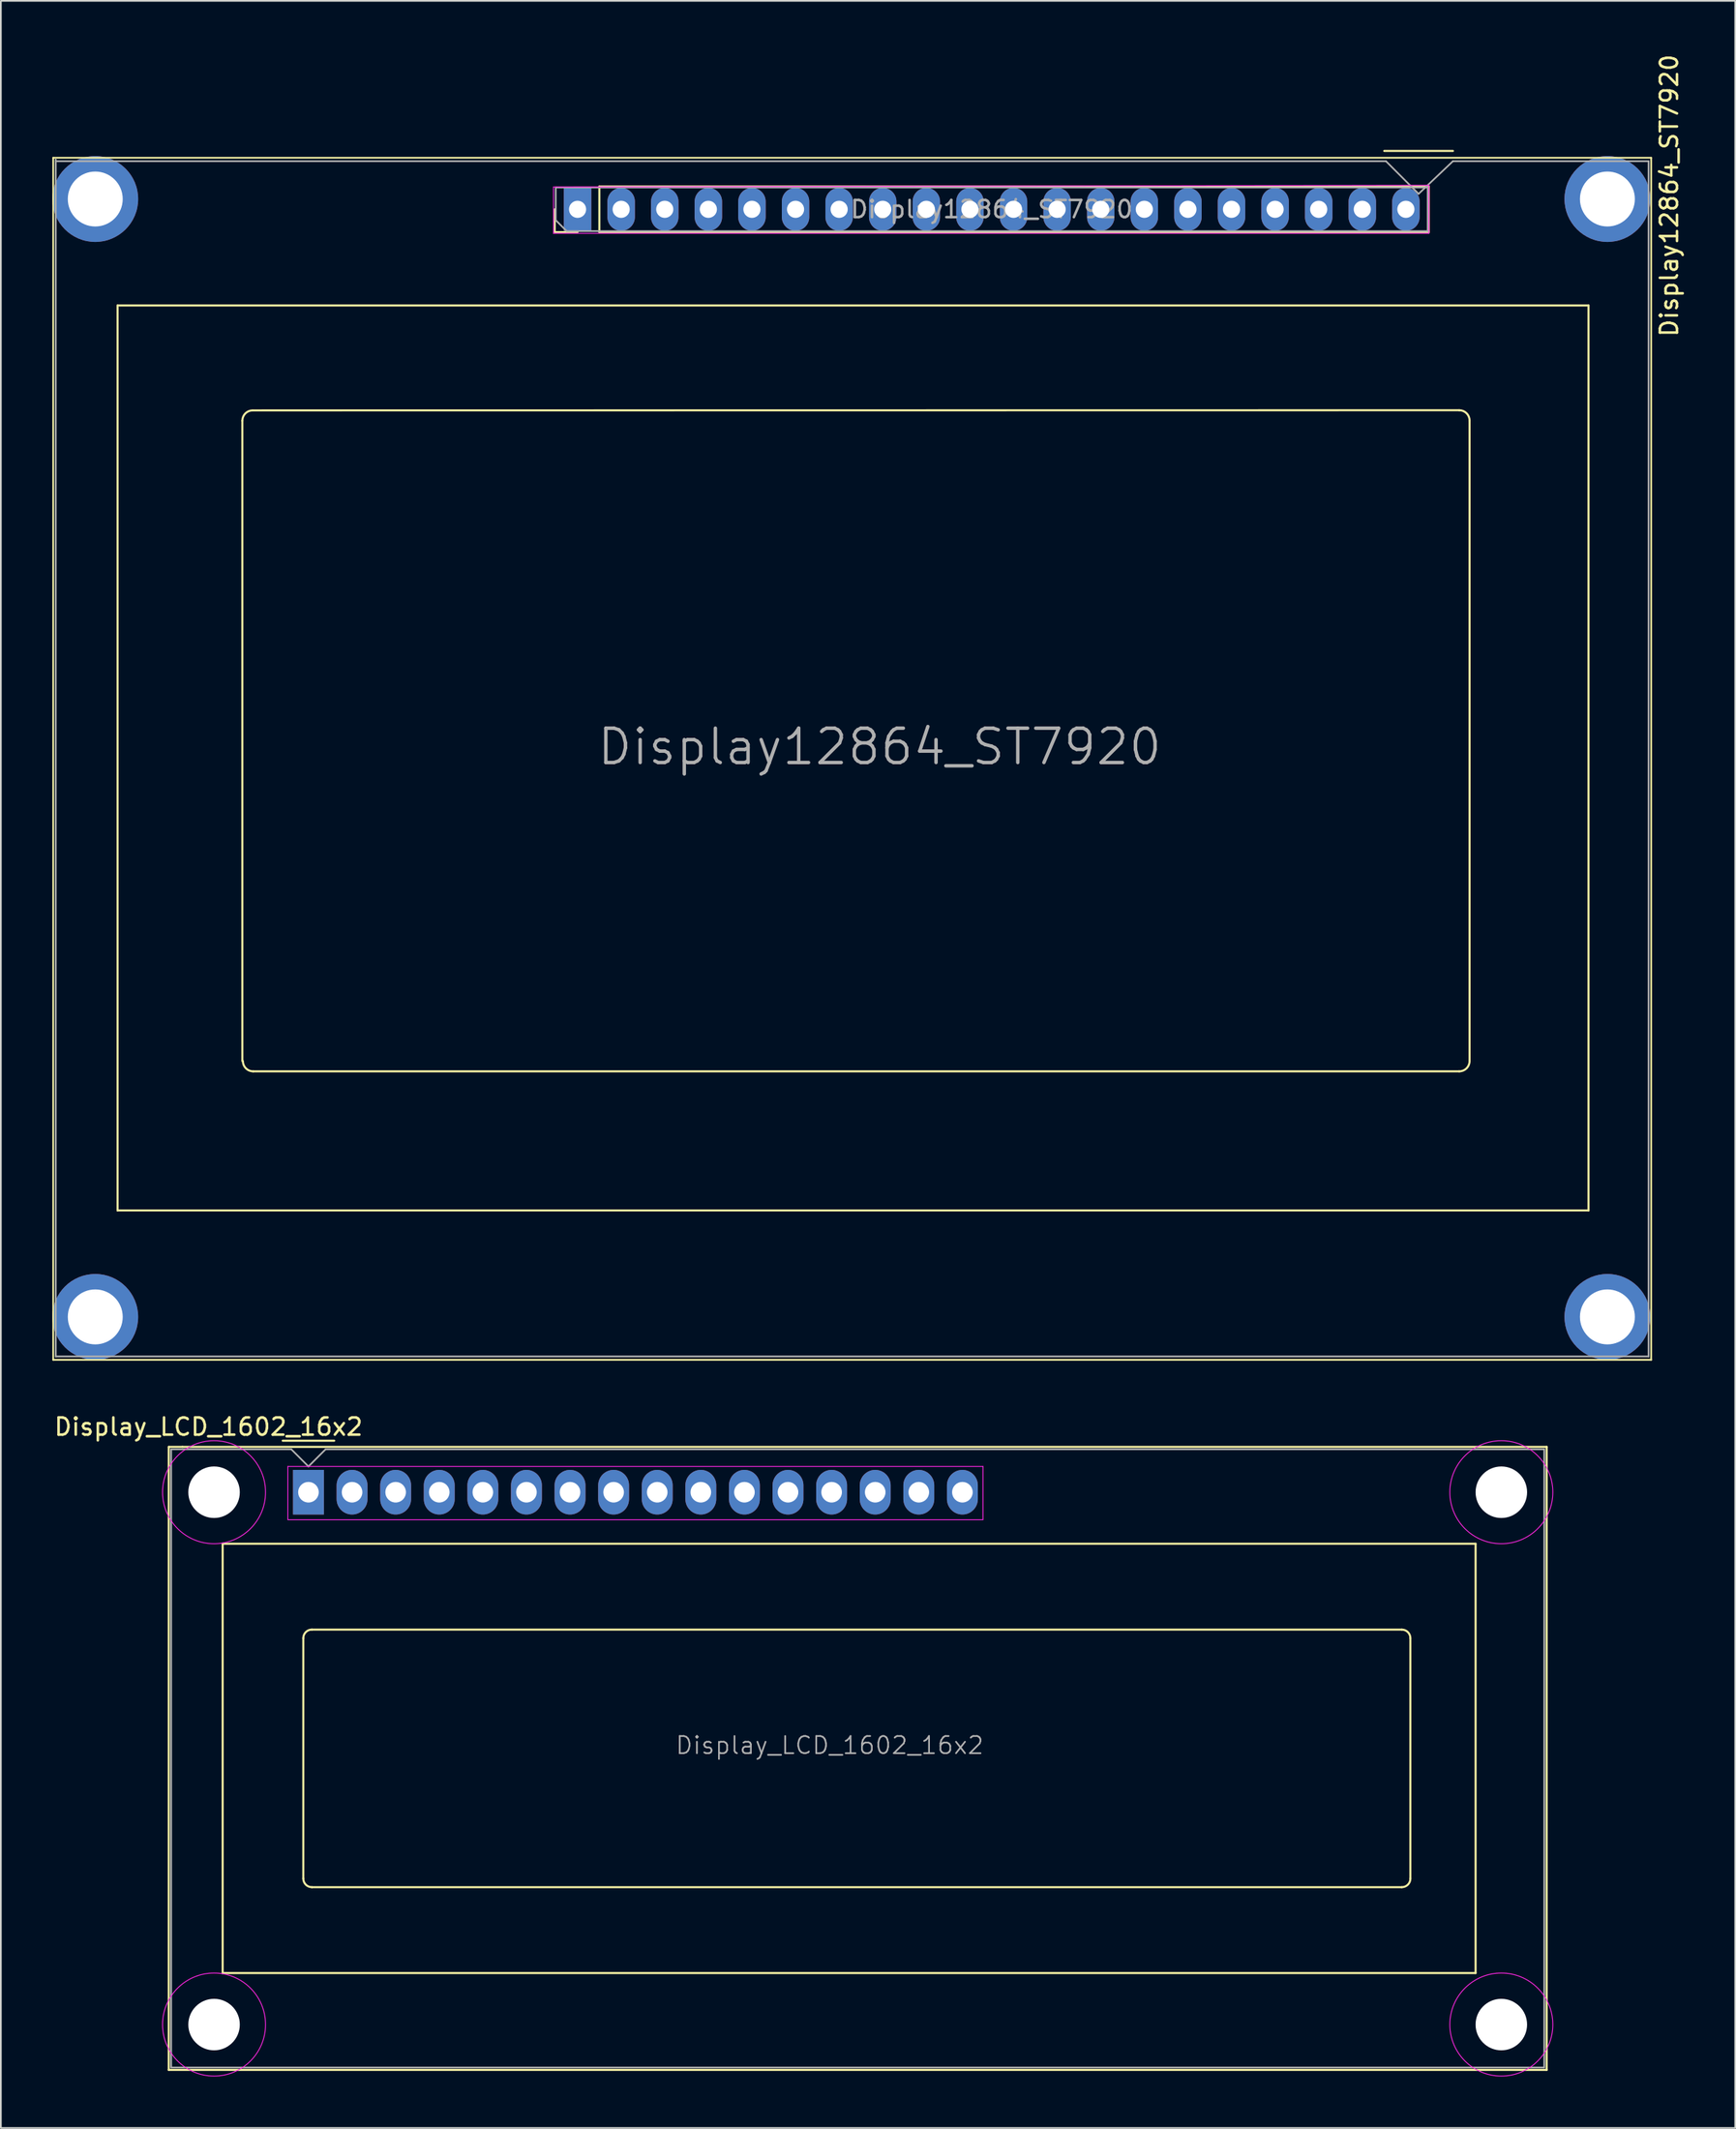
<source format=kicad_pcb>
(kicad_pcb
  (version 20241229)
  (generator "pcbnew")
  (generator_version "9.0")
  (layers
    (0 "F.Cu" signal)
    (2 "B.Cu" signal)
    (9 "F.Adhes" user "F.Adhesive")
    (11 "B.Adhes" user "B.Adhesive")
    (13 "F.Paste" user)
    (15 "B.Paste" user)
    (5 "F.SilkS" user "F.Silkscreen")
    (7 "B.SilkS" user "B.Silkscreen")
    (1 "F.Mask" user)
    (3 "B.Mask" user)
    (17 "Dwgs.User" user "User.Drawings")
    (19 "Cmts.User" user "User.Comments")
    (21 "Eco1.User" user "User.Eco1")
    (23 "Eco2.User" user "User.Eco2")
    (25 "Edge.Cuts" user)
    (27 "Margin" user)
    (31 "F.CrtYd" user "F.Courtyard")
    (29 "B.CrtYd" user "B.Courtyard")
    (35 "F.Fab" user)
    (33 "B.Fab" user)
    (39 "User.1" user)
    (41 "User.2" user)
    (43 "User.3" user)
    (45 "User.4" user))
  (footprint "Display_LCD_1602_16x2"
    (layer "F.Cu")
    (at 14.921 83.848)
    (property "Reference" "Display_LCD_1602_16x2" (at -5.82 -3.81 0) (layer "F.SilkS") (effects (font (size 1 1) (thickness 0.15))))
    (attr through_hole)
    (fp_line (start -8.14 -2.64) (end -8.14 33.64) (stroke (width 0.12) (type solid)) (layer "F.SilkS"))
    (fp_line (start -8.14 33.64) (end 72.14 33.64) (stroke (width 0.12) (type solid)) (layer "F.SilkS"))
    (fp_line (start -8.13 -2.64) (end -7.34 -2.64) (stroke (width 0.12) (type solid)) (layer "F.SilkS"))
    (fp_line (start -5 3) (end 68 3) (stroke (width 0.12) (type solid)) (layer "F.SilkS"))
    (fp_line (start -5 28) (end -5 3) (stroke (width 0.12) (type solid)) (layer "F.SilkS"))
    (fp_line (start -1.5 -3) (end 1.5 -3) (stroke (width 0.12) (type solid)) (layer "F.SilkS"))
    (fp_line (start -0.3 22.499) (end -0.3 8.5) (stroke (width 0.12) (type solid)) (layer "F.SilkS"))
    (fp_line (start 0.2 8) (end 63.7 8) (stroke (width 0.12) (type solid)) (layer "F.SilkS"))
    (fp_line (start 63.701 23) (end 0.2 23) (stroke (width 0.12) (type solid)) (layer "F.SilkS"))
    (fp_line (start 64.2 8.5) (end 64.2 22.5) (stroke (width 0.12) (type solid)) (layer "F.SilkS"))
    (fp_line (start 68 3) (end 68 28) (stroke (width 0.12) (type solid)) (layer "F.SilkS"))
    (fp_line (start 68 28) (end -5 28) (stroke (width 0.12) (type solid)) (layer "F.SilkS"))
    (fp_line (start 72.14 -2.64) (end -7.34 -2.64) (stroke (width 0.12) (type solid)) (layer "F.SilkS"))
    (fp_line (start 72.14 33.64) (end 72.14 -2.64) (stroke (width 0.12) (type solid)) (layer "F.SilkS"))
    (fp_arc (start -0.29972 8.49884) (mid -0.153162 8.145018) (end 0.20066 7.99846) (stroke (width 0.12) (type solid)) (layer "F.SilkS"))
    (fp_arc (start 0.20066 22.9997) (mid -0.153162 22.853142) (end -0.29972 22.49932) (stroke (width 0.12) (type solid)) (layer "F.SilkS"))
    (fp_arc (start 63.7 8) (mid 64.053553 8.146447) (end 64.2 8.5) (stroke (width 0.12) (type solid)) (layer "F.SilkS"))
    (fp_arc (start 64.20104 22.49932) (mid 64.054482 22.853142) (end 63.70066 22.9997) (stroke (width 0.12) (type solid)) (layer "F.SilkS"))
    (fp_line (start -1.2 -1.5) (end -1.2 1.6) (stroke (width 0.05) (type solid)) (layer "F.CrtYd"))
    (fp_line (start -1.2 -1.5) (end 39.3 -1.5) (stroke (width 0.05) (type solid)) (layer "F.CrtYd"))
    (fp_line (start -1.2 1.6) (end 39.3 1.6) (stroke (width 0.05) (type solid)) (layer "F.CrtYd"))
    (fp_line (start 39.3 -1.5) (end 39.3 1.6) (stroke (width 0.05) (type solid)) (layer "F.CrtYd"))
    (fp_circle (center -5.5 0) (end -2.5 0) (stroke (width 0.05) (type default)) (fill no) (layer "F.CrtYd"))
    (fp_circle (center -5.5 31) (end -2.5 31) (stroke (width 0.05) (type default)) (fill no) (layer "F.CrtYd"))
    (fp_circle (center 69.5 0) (end 72.5 0) (stroke (width 0.05) (type default)) (fill no) (layer "F.CrtYd"))
    (fp_circle (center 69.5 31) (end 72.5 31) (stroke (width 0.05) (type default)) (fill no) (layer "F.CrtYd"))
    (fp_line (start -8 33.5) (end -8 -2.5) (stroke (width 0.1) (type solid)) (layer "F.Fab"))
    (fp_line (start -1 -2.5) (end -8 -2.5) (stroke (width 0.1) (type solid)) (layer "F.Fab"))
    (fp_line (start 0 -1.5) (end -1 -2.5) (stroke (width 0.1) (type solid)) (layer "F.Fab"))
    (fp_line (start 1 -2.5) (end 0 -1.5) (stroke (width 0.1) (type solid)) (layer "F.Fab"))
    (fp_line (start 1 -2.5) (end 72 -2.5) (stroke (width 0.1) (type solid)) (layer "F.Fab"))
    (fp_line (start 72 -2.5) (end 72 33.5) (stroke (width 0.1) (type solid)) (layer "F.Fab"))
    (fp_line (start 72 33.5) (end -8 33.5) (stroke (width 0.1) (type solid)) (layer "F.Fab"))
    (fp_rect (start -0.5 3.25) (end 6.5 7.25) (stroke (width 0.12) (type default)) (fill no) (layer "User.1"))
    (fp_rect (start -0.5 23.75) (end 6.5 27.75) (stroke (width 0.12) (type default)) (fill no) (layer "User.1"))
    (fp_rect (start 28.5 3.25) (end 35.5 7.25) (stroke (width 0.12) (type default)) (fill no) (layer "User.1"))
    (fp_rect (start 28.5 23.75) (end 35.5 27.75) (stroke (width 0.12) (type default)) (fill no) (layer "User.1"))
    (fp_rect (start 57.5 3.25) (end 64.5 7.25) (stroke (width 0.12) (type default)) (fill no) (layer "User.1"))
    (fp_rect (start 57.5 23.75) (end 64.5 27.75) (stroke (width 0.12) (type default)) (fill no) (layer "User.1"))
    (fp_text user "${REFERENCE}" (at 30.37 14.74 0) (layer "F.Fab") (effects (font (size 1 1) (thickness 0.1))))
    (pad "" np_thru_hole circle (at -5.499 0) (size 3 3) (drill 3.2) (layers "*.Cu" "*.Mask"))
    (pad "" np_thru_hole circle (at -5.499 31.001) (size 3 3) (drill 3.2) (layers "*.Cu" "*.Mask"))
    (pad "" np_thru_hole circle (at 69.499 31.001) (size 3 3) (drill 3.2) (layers "*.Cu" "*.Mask"))
    (pad "" np_thru_hole circle (at 69.5 0) (size 3 3) (drill 3.2) (layers "*.Cu" "*.Mask"))
    (pad "1" thru_hole rect (at 0 0) (size 1.8 2.6) (drill 1.2) (layers "*.Cu" "*.Mask"))
    (pad "2" thru_hole oval (at 2.54 0) (size 1.8 2.6) (drill 1.2) (layers "*.Cu" "*.Mask"))
    (pad "3" thru_hole oval (at 5.08 0) (size 1.8 2.6) (drill 1.2) (layers "*.Cu" "*.Mask"))
    (pad "4" thru_hole oval (at 7.62 0) (size 1.8 2.6) (drill 1.2) (layers "*.Cu" "*.Mask"))
    (pad "5" thru_hole oval (at 10.16 0) (size 1.8 2.6) (drill 1.2) (layers "*.Cu" "*.Mask"))
    (pad "6" thru_hole oval (at 12.7 0) (size 1.8 2.6) (drill 1.2) (layers "*.Cu" "*.Mask"))
    (pad "7" thru_hole oval (at 15.24 0) (size 1.8 2.6) (drill 1.2) (layers "*.Cu" "*.Mask"))
    (pad "8" thru_hole oval (at 17.78 0) (size 1.8 2.6) (drill 1.2) (layers "*.Cu" "*.Mask"))
    (pad "9" thru_hole oval (at 20.32 0) (size 1.8 2.6) (drill 1.2) (layers "*.Cu" "*.Mask"))
    (pad "10" thru_hole oval (at 22.86 0) (size 1.8 2.6) (drill 1.2) (layers "*.Cu" "*.Mask"))
    (pad "11" thru_hole oval (at 25.4 0) (size 1.8 2.6) (drill 1.2) (layers "*.Cu" "*.Mask"))
    (pad "12" thru_hole oval (at 27.94 0) (size 1.8 2.6) (drill 1.2) (layers "*.Cu" "*.Mask"))
    (pad "13" thru_hole oval (at 30.48 0) (size 1.8 2.6) (drill 1.2) (layers "*.Cu" "*.Mask"))
    (pad "14" thru_hole oval (at 33.02 0) (size 1.8 2.6) (drill 1.2) (layers "*.Cu" "*.Mask"))
    (pad "15" thru_hole oval (at 35.56 0) (size 1.8 2.6) (drill 1.2) (layers "*.Cu" "*.Mask"))
    (pad "16" thru_hole oval (at 38.1 0) (size 1.8 2.6) (drill 1.2) (layers "*.Cu" "*.Mask")))
  (footprint "Display12864_ST7920"
    (layer "F.Cu")
    (at 32.5 10.939)
    (property "Reference" "Display12864_ST7920" (at 61.7 -2.6 270) (layer "F.SilkS") (effects (font (size 1 1) (thickness 0.15))))
    (attr through_hole)
    (fp_line (start -32.45 65.2) (end -32.45 -4.8) (stroke (width 0.1) (type solid)) (layer "F.SilkS"))
    (fp_line (start -28.7 3.8) (end -28.7 56.5) (stroke (width 0.12) (type solid)) (layer "F.SilkS"))
    (fp_line (start -28.7 3.8) (end 57 3.8) (stroke (width 0.12) (type solid)) (layer "F.SilkS"))
    (fp_line (start -28.7 56.5) (end 57 56.5) (stroke (width 0.12) (type solid)) (layer "F.SilkS"))
    (fp_line (start -21.43 47.8) (end -21.43 10.51) (stroke (width 0.12) (type solid)) (layer "F.SilkS"))
    (fp_line (start -3.23 -0.47) (end -3.23 -1.8) (stroke (width 0.12) (type solid)) (layer "F.SilkS"))
    (fp_line (start -1.9 -0.47) (end -3.23 -0.47) (stroke (width 0.12) (type solid)) (layer "F.SilkS"))
    (fp_line (start -0.63 -3.13) (end 47.69 -3.13) (stroke (width 0.12) (type solid)) (layer "F.SilkS"))
    (fp_line (start -0.63 -0.47) (end -0.63 -3.13) (stroke (width 0.12) (type solid)) (layer "F.SilkS"))
    (fp_line (start -0.63 -0.47) (end 47.69 -0.47) (stroke (width 0.12) (type solid)) (layer "F.SilkS"))
    (fp_line (start 47.69 -0.47) (end 47.69 -3.13) (stroke (width 0.12) (type solid)) (layer "F.SilkS"))
    (fp_line (start 49.1 -5.2) (end 45.1 -5.2) (stroke (width 0.12) (type solid)) (layer "F.SilkS"))
    (fp_line (start 49.47 9.9) (end -20.83 9.91) (stroke (width 0.12) (type solid)) (layer "F.SilkS"))
    (fp_line (start 49.47 48.4) (end -20.8 48.4) (stroke (width 0.12) (type solid)) (layer "F.SilkS"))
    (fp_line (start 50.07 47.8) (end 50.07 10.51) (stroke (width 0.12) (type solid)) (layer "F.SilkS"))
    (fp_line (start 57 3.8) (end 57 56.5) (stroke (width 0.12) (type solid)) (layer "F.SilkS"))
    (fp_line (start 60.65 -4.8) (end -32.45 -4.8) (stroke (width 0.1) (type solid)) (layer "F.SilkS"))
    (fp_line (start 60.65 65.2) (end -32.45 65.2) (stroke (width 0.1) (type solid)) (layer "F.SilkS"))
    (fp_line (start 60.65 65.2) (end 60.65 -4.8) (stroke (width 0.1) (type solid)) (layer "F.SilkS"))
    (fp_arc (start -21.43 10.51) (mid -21.254264 10.085736) (end -20.83 9.91) (stroke (width 0.12) (type solid)) (layer "F.SilkS"))
    (fp_arc (start -20.8 48.4) (mid -21.224264 48.224264) (end -21.4 47.8) (stroke (width 0.12) (type solid)) (layer "F.SilkS"))
    (fp_arc (start 49.47 9.9) (mid 49.894264 10.075736) (end 50.07 10.5) (stroke (width 0.12) (type solid)) (layer "F.SilkS"))
    (fp_arc (start 50.07 47.8) (mid 49.894264 48.224264) (end 49.47 48.4) (stroke (width 0.12) (type solid)) (layer "F.SilkS"))
    (fp_line (start -3.3 -3.1) (end -3.3 -0.4) (stroke (width 0.05) (type solid)) (layer "F.CrtYd"))
    (fp_line (start -3.3 -0.4) (end 47.7 -0.4) (stroke (width 0.05) (type solid)) (layer "F.CrtYd"))
    (fp_line (start 47.7 -3.2) (end -3.3 -3.1) (stroke (width 0.05) (type solid)) (layer "F.CrtYd"))
    (fp_line (start 47.7 -0.4) (end 47.7 -3.2) (stroke (width 0.05) (type solid)) (layer "F.CrtYd"))
    (fp_line (start -32.3 -4.7) (end -32.3 65) (stroke (width 0.1) (type solid)) (layer "F.Fab"))
    (fp_line (start -3.17 -3.07) (end 47.63 -3.07) (stroke (width 0.1) (type solid)) (layer "F.Fab"))
    (fp_line (start -3.17 -1.165) (end -3.17 -3.07) (stroke (width 0.1) (type solid)) (layer "F.Fab"))
    (fp_line (start -2.535 -0.53) (end -3.17 -1.165) (stroke (width 0.1) (type solid)) (layer "F.Fab"))
    (fp_line (start 45.2 -4.6) (end -32.3 -4.6) (stroke (width 0.1) (type solid)) (layer "F.Fab"))
    (fp_line (start 47.1 -2.7) (end 45.2 -4.6) (stroke (width 0.1) (type solid)) (layer "F.Fab"))
    (fp_line (start 47.63 -3.07) (end 47.63 -0.53) (stroke (width 0.1) (type solid)) (layer "F.Fab"))
    (fp_line (start 47.63 -0.53) (end -2.535 -0.53) (stroke (width 0.1) (type solid)) (layer "F.Fab"))
    (fp_line (start 49.1 -4.6) (end 47.1 -2.7) (stroke (width 0.1) (type solid)) (layer "F.Fab"))
    (fp_line (start 60.5 -4.6) (end 49.1 -4.6) (stroke (width 0.1) (type solid)) (layer "F.Fab"))
    (fp_line (start 60.5 -4.6) (end 60.5 65) (stroke (width 0.1) (type solid)) (layer "F.Fab"))
    (fp_line (start 60.5 65) (end -32.3 65) (stroke (width 0.1) (type solid)) (layer "F.Fab"))
    (fp_text user "Visible Size:70.7x38.8" (at 1.2 11.3 0) (layer "Eco2.User") (effects (font (size 1 1) (thickness 0.15))))
    (fp_text user "Module Size: 93x70x14mm" (at 3.8 1.5 0) (layer "Eco2.User") (effects (font (size 1 1) (thickness 0.15))))
    (fp_text user "${REFERENCE}" (at 22.23 -1.8 180) (layer "F.Fab") (effects (font (size 1 1) (thickness 0.15))))
    (fp_text user "${REFERENCE}" (at 15.7 29.5 0) (layer "F.Fab") (effects (font (size 2 2) (thickness 0.2))))
    (pad "" thru_hole circle (at -30 -2.4 180) (size 5 5) (drill 3.2) (layers "*.Cu" "*.Mask"))
    (pad "" thru_hole circle (at -30 62.7 180) (size 5 5) (drill 3.2) (layers "*.Cu" "*.Mask"))
    (pad "" thru_hole circle (at 58.1 -2.4 180) (size 5 5) (drill 3.2) (layers "*.Cu" "*.Mask"))
    (pad "" thru_hole circle (at 58.1 62.7 180) (size 5 5) (drill 3.2) (layers "*.Cu" "*.Mask"))
    (pad "1" thru_hole rect (at -1.9 -1.8 180) (size 1.6 2.5) (drill 1) (layers "*.Cu" "*.Mask"))
    (pad "2" thru_hole oval (at 0.64 -1.8 180) (size 1.6 2.5) (drill 1) (layers "*.Cu" "*.Mask"))
    (pad "3" thru_hole oval (at 3.18 -1.8 180) (size 1.6 2.5) (drill 1) (layers "*.Cu" "*.Mask"))
    (pad "4" thru_hole oval (at 5.72 -1.8 180) (size 1.6 2.5) (drill 1) (layers "*.Cu" "*.Mask"))
    (pad "5" thru_hole oval (at 8.26 -1.8 180) (size 1.6 2.5) (drill 1) (layers "*.Cu" "*.Mask"))
    (pad "6" thru_hole oval (at 10.8 -1.8 180) (size 1.6 2.5) (drill 1) (layers "*.Cu" "*.Mask"))
    (pad "7" thru_hole oval (at 13.34 -1.8 180) (size 1.6 2.5) (drill 1) (layers "*.Cu" "*.Mask"))
    (pad "8" thru_hole oval (at 15.88 -1.8 180) (size 1.6 2.5) (drill 1) (layers "*.Cu" "*.Mask"))
    (pad "9" thru_hole oval (at 18.42 -1.8 180) (size 1.6 2.5) (drill 1) (layers "*.Cu" "*.Mask"))
    (pad "10" thru_hole oval (at 20.96 -1.8 180) (size 1.6 2.5) (drill 1) (layers "*.Cu" "*.Mask"))
    (pad "11" thru_hole oval (at 23.5 -1.8 180) (size 1.6 2.5) (drill 1) (layers "*.Cu" "*.Mask"))
    (pad "12" thru_hole oval (at 26.04 -1.8 180) (size 1.6 2.5) (drill 1) (layers "*.Cu" "*.Mask"))
    (pad "13" thru_hole oval (at 28.58 -1.8 180) (size 1.6 2.5) (drill 1) (layers "*.Cu" "*.Mask"))
    (pad "14" thru_hole oval (at 31.12 -1.8 180) (size 1.6 2.5) (drill 1) (layers "*.Cu" "*.Mask"))
    (pad "15" thru_hole oval (at 33.66 -1.8 180) (size 1.6 2.5) (drill 1) (layers "*.Cu" "*.Mask"))
    (pad "16" thru_hole oval (at 36.2 -1.8 180) (size 1.6 2.5) (drill 1) (layers "*.Cu" "*.Mask"))
    (pad "17" thru_hole oval (at 38.74 -1.8 180) (size 1.6 2.5) (drill 1) (layers "*.Cu" "*.Mask"))
    (pad "18" thru_hole oval (at 41.28 -1.8 180) (size 1.6 2.5) (drill 1) (layers "*.Cu" "*.Mask"))
    (pad "19" thru_hole oval (at 43.82 -1.8 180) (size 1.6 2.5) (drill 1) (layers "*.Cu" "*.Mask"))
    (pad "20" thru_hole oval (at 46.36 -1.8 180) (size 1.6 2.5) (drill 1) (layers "*.Cu" "*.Mask")))
  (gr_rect
    (start -3 -3)
    (end 98.048 120.873)
    (stroke (width 0.1) (type default))
    (fill no)
    (layer "Edge.Cuts")))
</source>
